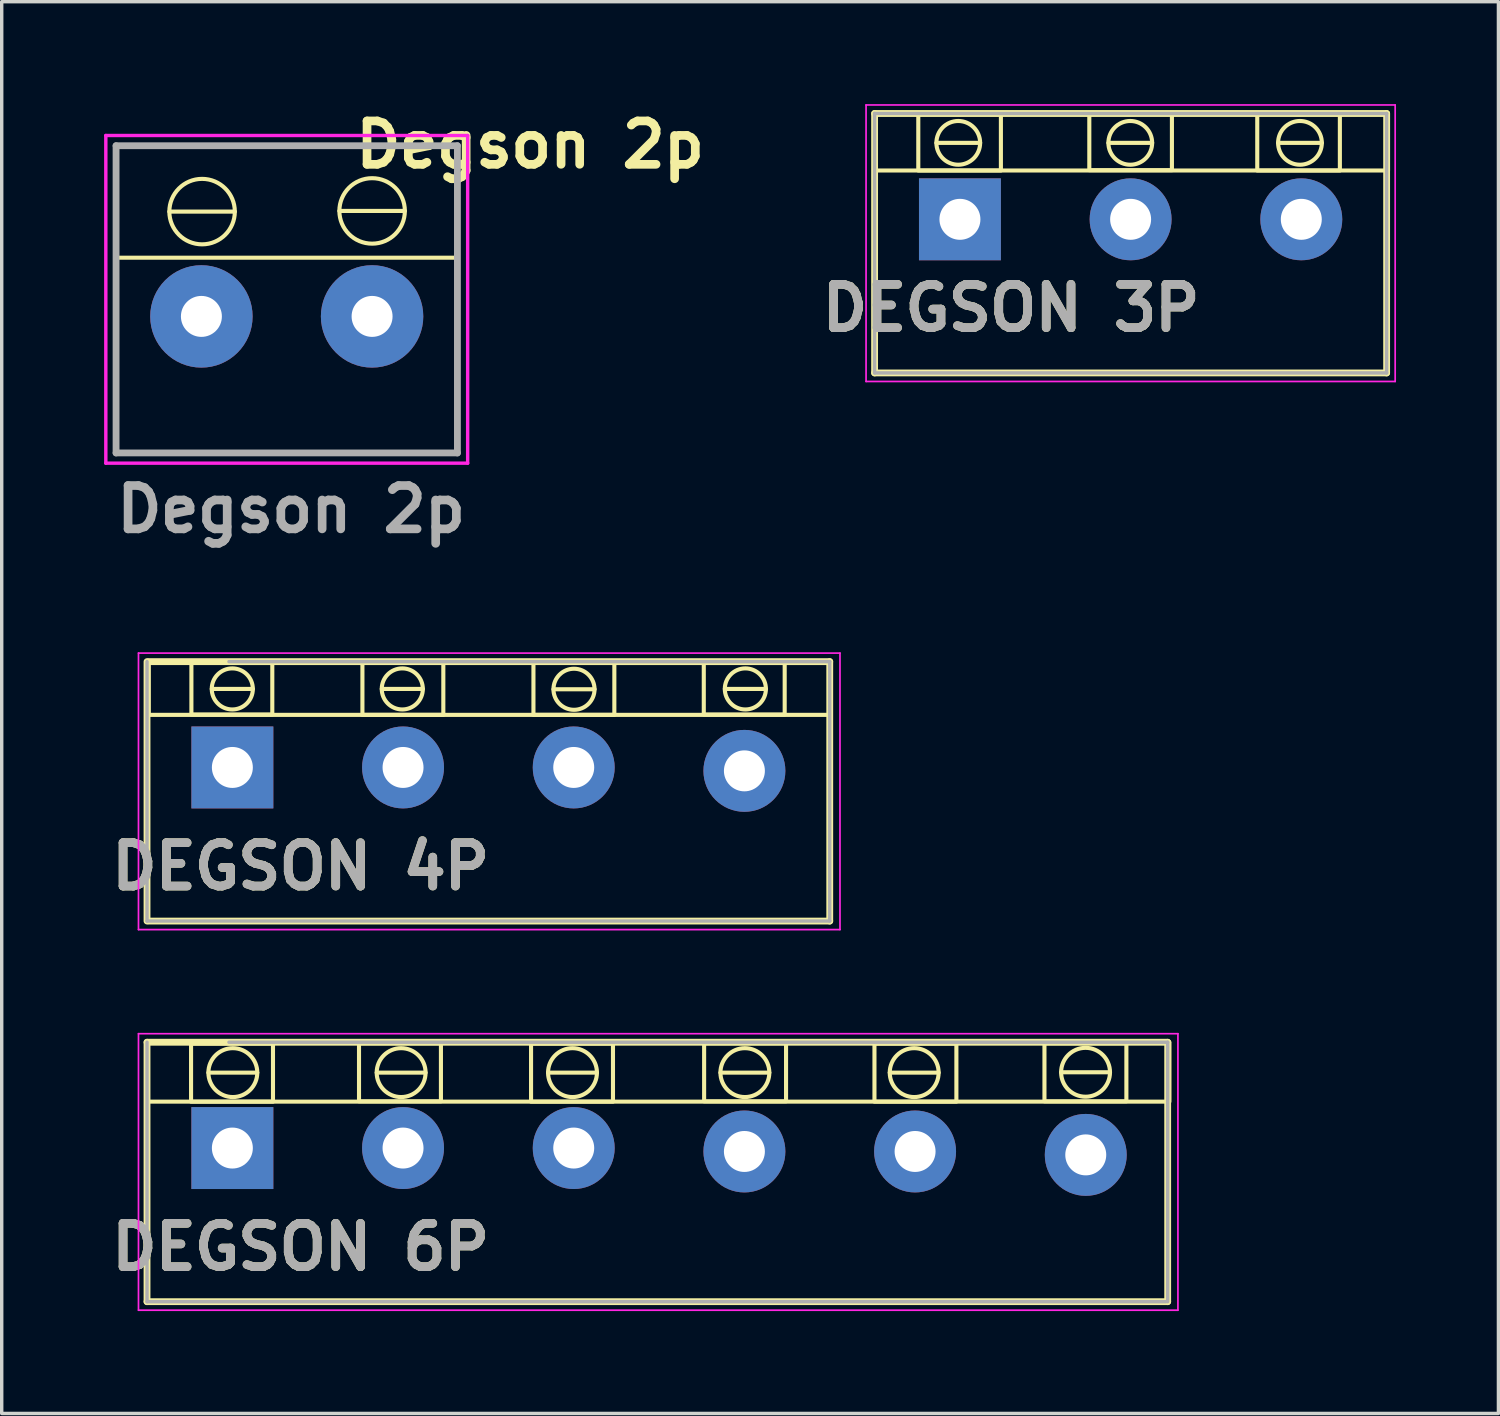
<source format=kicad_pcb>
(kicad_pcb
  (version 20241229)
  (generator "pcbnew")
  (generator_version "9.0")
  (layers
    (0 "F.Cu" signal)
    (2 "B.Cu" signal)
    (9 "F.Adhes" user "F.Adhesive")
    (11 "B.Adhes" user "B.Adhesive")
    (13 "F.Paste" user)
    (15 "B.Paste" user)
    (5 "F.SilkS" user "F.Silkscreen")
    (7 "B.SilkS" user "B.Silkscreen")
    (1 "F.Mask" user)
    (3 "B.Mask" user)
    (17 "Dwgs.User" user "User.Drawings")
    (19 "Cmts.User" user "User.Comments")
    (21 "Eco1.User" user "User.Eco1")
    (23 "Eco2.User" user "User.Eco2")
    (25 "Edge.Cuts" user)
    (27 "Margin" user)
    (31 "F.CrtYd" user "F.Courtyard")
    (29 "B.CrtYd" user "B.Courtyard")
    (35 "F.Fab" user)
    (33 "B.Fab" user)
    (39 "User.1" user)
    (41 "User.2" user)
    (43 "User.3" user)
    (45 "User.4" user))
  (footprint "DEGSON 4P"
    (layer "F.Cu")
    (at 3.757 19.432)
    (property "Reference" "DEGSON 4P" (at 2 2.9 0) (layer "F.SilkS") (effects (font (size 1.27 1.27) (thickness 0.254))))
    (attr through_hole)
    (fp_line (start -2.5 -3.1) (end -2.5 4.5) (stroke (width 0.2) (type solid)) (layer "F.SilkS"))
    (fp_line (start -2.45 4.5) (end 17.5 4.5) (stroke (width 0.2) (type solid)) (layer "F.SilkS"))
    (fp_line (start -0.603 -2.3) (end 0.6 -2.3) (stroke (width 0.12) (type default)) (layer "F.SilkS"))
    (fp_line (start 4.377 -2.3) (end 5.58 -2.3) (stroke (width 0.12) (type default)) (layer "F.SilkS"))
    (fp_line (start 9.407 -2.29) (end 10.61 -2.29) (stroke (width 0.12) (type default)) (layer "F.SilkS"))
    (fp_line (start 14.427 -2.3) (end 15.63 -2.3) (stroke (width 0.12) (type default)) (layer "F.SilkS"))
    (fp_line (start 17.5 -3.1) (end -2.45 -3.1) (stroke (width 0.2) (type solid)) (layer "F.SilkS"))
    (fp_line (start 17.5 4.5) (end 17.5 -3.1) (stroke (width 0.2) (type solid)) (layer "F.SilkS"))
    (fp_rect (start -2.45 -3.1) (end 17.5 -1.54) (stroke (width 0.12) (type solid)) (fill no) (layer "F.SilkS"))
    (fp_rect (start -1.2 -3.09) (end 1.17 -1.55) (stroke (width 0.12) (type solid)) (fill no) (layer "F.SilkS"))
    (fp_rect (start 3.81 -3.08) (end 6.18 -1.54) (stroke (width 0.12) (type solid)) (fill no) (layer "F.SilkS"))
    (fp_rect (start 8.82 -3.08) (end 11.19 -1.54) (stroke (width 0.12) (type solid)) (fill no) (layer "F.SilkS"))
    (fp_rect (start 13.81 -3.09) (end 16.18 -1.55) (stroke (width 0.12) (type solid)) (fill no) (layer "F.SilkS"))
    (fp_circle (center -0.002 -2.3) (end 0.578 -2.14) (stroke (width 0.12) (type default)) (fill no) (layer "F.SilkS"))
    (fp_circle (center 4.978 -2.3) (end 5.558 -2.14) (stroke (width 0.12) (type default)) (fill no) (layer "F.SilkS"))
    (fp_circle (center 10.008 -2.29) (end 10.588 -2.13) (stroke (width 0.12) (type default)) (fill no) (layer "F.SilkS"))
    (fp_circle (center 15.028 -2.3) (end 15.608 -2.14) (stroke (width 0.12) (type default)) (fill no) (layer "F.SilkS"))
    (fp_line (start -2.75 -3.35) (end 17.8 -3.35) (stroke (width 0.05) (type solid)) (layer "F.CrtYd"))
    (fp_line (start -2.75 4.75) (end -2.75 -3.35) (stroke (width 0.05) (type solid)) (layer "F.CrtYd"))
    (fp_line (start 17.8 -3.35) (end 17.8 4.75) (stroke (width 0.05) (type solid)) (layer "F.CrtYd"))
    (fp_line (start 17.8 4.75) (end -2.75 4.75) (stroke (width 0.05) (type solid)) (layer "F.CrtYd"))
    (fp_line (start -2.5 4.5) (end -2.5 -3.1) (stroke (width 0.1) (type solid)) (layer "F.Fab"))
    (fp_line (start -0.1 -3.1) (end 17.5 -3.1) (stroke (width 0.1) (type solid)) (layer "F.Fab"))
    (fp_line (start 17.5 -3.1) (end 17.5 4.5) (stroke (width 0.1) (type solid)) (layer "F.Fab"))
    (fp_line (start 17.5 4.5) (end -2.5 4.5) (stroke (width 0.1) (type solid)) (layer "F.Fab"))
    (fp_text user "${REFERENCE}" (at 2 2.9 0) (layer "F.Fab") (effects (font (size 1.27 1.27) (thickness 0.254))))
    (pad "1" thru_hole rect (at 0 0) (size 2.4 2.4) (drill 1.2) (layers "*.Cu" "*.Mask"))
    (pad "2" thru_hole circle (at 5 0) (size 2.4 2.4) (drill 1.2) (layers "*.Cu" "*.Mask"))
    (pad "3" thru_hole circle (at 10 0) (size 2.4 2.4) (drill 1.2) (layers "*.Cu" "*.Mask"))
    (pad "4" thru_hole circle (at 15 0.1) (size 2.4 2.4) (drill 1.2) (layers "*.Cu" "*.Mask")))
  (footprint "DEGSON 6P"
    (layer "F.Cu")
    (at 3.757 30.582)
    (property "Reference" "DEGSON 6P" (at 2 2.9 0) (layer "F.SilkS") (effects (font (size 1.27 1.27) (thickness 0.254))))
    (attr through_hole)
    (fp_line (start -2.5 -3.1) (end -2.5 4.5) (stroke (width 0.2) (type solid)) (layer "F.SilkS"))
    (fp_line (start -2.5 4.5) (end 27.4 4.5) (stroke (width 0.2) (type solid)) (layer "F.SilkS"))
    (fp_line (start -0.702 -2.21) (end 0.73 -2.21) (stroke (width 0.12) (type default)) (layer "F.SilkS"))
    (fp_line (start 4.228 -2.21) (end 5.66 -2.21) (stroke (width 0.12) (type default)) (layer "F.SilkS"))
    (fp_line (start 9.248 -2.21) (end 10.68 -2.21) (stroke (width 0.12) (type default)) (layer "F.SilkS"))
    (fp_line (start 14.298 -2.21) (end 15.73 -2.21) (stroke (width 0.12) (type default)) (layer "F.SilkS"))
    (fp_line (start 19.258 -2.21) (end 20.69 -2.21) (stroke (width 0.12) (type default)) (layer "F.SilkS"))
    (fp_line (start 24.278 -2.22) (end 25.71 -2.22) (stroke (width 0.12) (type default)) (layer "F.SilkS"))
    (fp_line (start 27.4 -3.1) (end -2.5 -3.1) (stroke (width 0.2) (type solid)) (layer "F.SilkS"))
    (fp_line (start 27.4 4.5) (end 27.4 -3.1) (stroke (width 0.2) (type solid)) (layer "F.SilkS"))
    (fp_rect (start -2.5 -3.1) (end 27.45 -1.36) (stroke (width 0.12) (type default)) (fill no) (layer "F.SilkS"))
    (fp_rect (start -1.21 -3.06) (end 1.19 -1.36) (stroke (width 0.12) (type default)) (fill no) (layer "F.SilkS"))
    (fp_rect (start 3.71 -3.07) (end 6.11 -1.37) (stroke (width 0.12) (type default)) (fill no) (layer "F.SilkS"))
    (fp_rect (start 8.75 -3.06) (end 11.15 -1.36) (stroke (width 0.12) (type default)) (fill no) (layer "F.SilkS"))
    (fp_rect (start 13.82 -3.07) (end 16.22 -1.37) (stroke (width 0.12) (type default)) (fill no) (layer "F.SilkS"))
    (fp_rect (start 18.81 -3.06) (end 21.21 -1.36) (stroke (width 0.12) (type default)) (fill no) (layer "F.SilkS"))
    (fp_rect (start 23.79 -3.07) (end 26.19 -1.37) (stroke (width 0.12) (type default)) (fill no) (layer "F.SilkS"))
    (fp_circle (center 0.014 -2.21) (end 0.594 -1.79) (stroke (width 0.12) (type default)) (fill no) (layer "F.SilkS"))
    (fp_circle (center 4.944 -2.21) (end 5.524 -1.79) (stroke (width 0.12) (type default)) (fill no) (layer "F.SilkS"))
    (fp_circle (center 9.964 -2.21) (end 10.544 -1.79) (stroke (width 0.12) (type default)) (fill no) (layer "F.SilkS"))
    (fp_circle (center 15.014 -2.21) (end 15.594 -1.79) (stroke (width 0.12) (type default)) (fill no) (layer "F.SilkS"))
    (fp_circle (center 19.974 -2.21) (end 20.554 -1.79) (stroke (width 0.12) (type default)) (fill no) (layer "F.SilkS"))
    (fp_circle (center 24.994 -2.22) (end 25.574 -1.8) (stroke (width 0.12) (type default)) (fill no) (layer "F.SilkS"))
    (fp_line (start -2.75 -3.35) (end 27.7 -3.35) (stroke (width 0.05) (type solid)) (layer "F.CrtYd"))
    (fp_line (start -2.75 4.75) (end -2.75 -3.35) (stroke (width 0.05) (type solid)) (layer "F.CrtYd"))
    (fp_line (start 27.7 -3.35) (end 27.7 4.75) (stroke (width 0.05) (type solid)) (layer "F.CrtYd"))
    (fp_line (start 27.7 4.75) (end -2.75 4.75) (stroke (width 0.05) (type solid)) (layer "F.CrtYd"))
    (fp_line (start -2.5 4.5) (end -2.5 -3.1) (stroke (width 0.1) (type solid)) (layer "F.Fab"))
    (fp_line (start -0.1 -3.1) (end 27.4 -3.1) (stroke (width 0.1) (type solid)) (layer "F.Fab"))
    (fp_line (start 27.35 4.5) (end -2.5 4.5) (stroke (width 0.1) (type solid)) (layer "F.Fab"))
    (fp_line (start 27.4 -3.1) (end 27.4 4.5) (stroke (width 0.1) (type solid)) (layer "F.Fab"))
    (fp_text user "${REFERENCE}" (at 2 2.9 0) (layer "F.Fab") (effects (font (size 1.27 1.27) (thickness 0.254))))
    (pad "1" thru_hole rect (at 0 0) (size 2.4 2.4) (drill 1.2) (layers "*.Cu" "*.Mask"))
    (pad "2" thru_hole circle (at 5 0) (size 2.4 2.4) (drill 1.2) (layers "*.Cu" "*.Mask"))
    (pad "3" thru_hole circle (at 10 0) (size 2.4 2.4) (drill 1.2) (layers "*.Cu" "*.Mask"))
    (pad "4" thru_hole circle (at 15 0.1) (size 2.4 2.4) (drill 1.2) (layers "*.Cu" "*.Mask"))
    (pad "5" thru_hole circle (at 20 0.1) (size 2.4 2.4) (drill 1.2) (layers "*.Cu" "*.Mask"))
    (pad "6" thru_hole circle (at 25 0.2) (size 2.4 2.4) (drill 1.2) (layers "*.Cu" "*.Mask")))
  (footprint "DEGSON 3P"
    (layer "F.Cu")
    (at 25.071 3.375)
    (property "Reference" "DEGSON 3P" (at 1.5 2.6 0) (layer "F.SilkS") (effects (font (size 1.27 1.27) (thickness 0.254))))
    (attr through_hole)
    (fp_line (start -2.5 -3.1) (end -2.5 4.5) (stroke (width 0.2) (type solid)) (layer "F.SilkS"))
    (fp_line (start -2.5 4.5) (end 12.5 4.5) (stroke (width 0.2) (type solid)) (layer "F.SilkS"))
    (fp_line (start -0.69 -2.24) (end 0.592 -2.24) (stroke (width 0.12) (type default)) (layer "F.SilkS"))
    (fp_line (start 4.349 -2.24) (end 5.631 -2.24) (stroke (width 0.12) (type default)) (layer "F.SilkS"))
    (fp_line (start 9.32 -2.24) (end 10.602 -2.24) (stroke (width 0.12) (type default)) (layer "F.SilkS"))
    (fp_line (start 12.5 -3.1) (end -2.5 -3.1) (stroke (width 0.2) (type solid)) (layer "F.SilkS"))
    (fp_line (start 12.5 4.5) (end 12.5 -3.1) (stroke (width 0.2) (type solid)) (layer "F.SilkS"))
    (fp_rect (start -2.5 -3.1) (end 12.54 -1.43) (stroke (width 0.12) (type default)) (fill no) (layer "F.SilkS"))
    (fp_rect (start -1.22 -3.08) (end 1.2 -1.43) (stroke (width 0.12) (type default)) (fill no) (layer "F.SilkS"))
    (fp_rect (start 3.79 -3.09) (end 6.21 -1.44) (stroke (width 0.12) (type default)) (fill no) (layer "F.SilkS"))
    (fp_rect (start 8.71 -3.08) (end 11.13 -1.43) (stroke (width 0.12) (type default)) (fill no) (layer "F.SilkS"))
    (fp_circle (center -0.049 -2.24) (end 0.541 -1.99) (stroke (width 0.12) (type default)) (fill no) (layer "F.SilkS"))
    (fp_circle (center 4.99 -2.24) (end 5.58 -1.99) (stroke (width 0.12) (type default)) (fill no) (layer "F.SilkS"))
    (fp_circle (center 9.961 -2.24) (end 10.551 -1.99) (stroke (width 0.12) (type default)) (fill no) (layer "F.SilkS"))
    (fp_line (start -2.75 -3.35) (end 12.75 -3.35) (stroke (width 0.05) (type solid)) (layer "F.CrtYd"))
    (fp_line (start -2.75 4.75) (end -2.75 -3.35) (stroke (width 0.05) (type solid)) (layer "F.CrtYd"))
    (fp_line (start 12.75 -3.35) (end 12.75 4.75) (stroke (width 0.05) (type solid)) (layer "F.CrtYd"))
    (fp_line (start 12.75 4.75) (end -2.75 4.75) (stroke (width 0.05) (type solid)) (layer "F.CrtYd"))
    (fp_line (start -2.5 -3.1) (end 12.5 -3.1) (stroke (width 0.1) (type solid)) (layer "F.Fab"))
    (fp_line (start -2.5 4.5) (end -2.5 -3.1) (stroke (width 0.1) (type solid)) (layer "F.Fab"))
    (fp_line (start 12.5 -3.1) (end 12.5 4.5) (stroke (width 0.1) (type solid)) (layer "F.Fab"))
    (fp_line (start 12.5 4.5) (end -2.5 4.5) (stroke (width 0.1) (type solid)) (layer "F.Fab"))
    (fp_text user "${REFERENCE}" (at 1.5 2.6 0) (layer "F.Fab") (effects (font (size 1.27 1.27) (thickness 0.254))))
    (pad "1" thru_hole rect (at 0 0) (size 2.4 2.4) (drill 1.2) (layers "*.Cu" "*.Mask"))
    (pad "2" thru_hole circle (at 5 0) (size 2.4 2.4) (drill 1.2) (layers "*.Cu" "*.Mask"))
    (pad "3" thru_hole circle (at 10 0) (size 2.4 2.4) (drill 1.2) (layers "*.Cu" "*.Mask")))
  (footprint "Degson 2p"
    (layer "F.Cu")
    (at 2.85 6.219)
    (property "Reference" "Degson 2p" (at 9.63 -5.03 0) (layer "F.SilkS") (effects (font (size 1.27 1.27) (thickness 0.254))))
    (attr through_hole)
    (fp_line (start -2.5 -5) (end 7.5 -5) (stroke (width 0.1) (type solid)) (layer "F.SilkS"))
    (fp_line (start -2.5 4) (end -2.5 -5) (stroke (width 0.1) (type solid)) (layer "F.SilkS"))
    (fp_line (start -0.939 -3.07) (end 0.979 -3.07) (stroke (width 0.12) (type default)) (layer "F.SilkS"))
    (fp_line (start 4.042 -3.09) (end 5.96 -3.09) (stroke (width 0.12) (type default)) (layer "F.SilkS"))
    (fp_line (start 7.5 -5) (end 7.5 4) (stroke (width 0.1) (type solid)) (layer "F.SilkS"))
    (fp_line (start 7.5 4) (end -2.5 4) (stroke (width 0.1) (type solid)) (layer "F.SilkS"))
    (fp_rect (start -2.5 -5) (end 7.49 -1.72) (stroke (width 0.12) (type default)) (fill no) (layer "F.SilkS"))
    (fp_circle (center 0.02 -3.07) (end -0.59 -3.81) (stroke (width 0.12) (type default)) (fill no) (layer "F.SilkS"))
    (fp_circle (center 5.001 -3.09) (end 4.391 -3.83) (stroke (width 0.12) (type default)) (fill no) (layer "F.SilkS"))
    (fp_line (start -2.8 -5.3) (end 7.8 -5.3) (stroke (width 0.1) (type solid)) (layer "F.CrtYd"))
    (fp_line (start -2.8 4.3) (end -2.8 -5.3) (stroke (width 0.1) (type solid)) (layer "F.CrtYd"))
    (fp_line (start 7.8 -5.3) (end 7.8 4.3) (stroke (width 0.1) (type solid)) (layer "F.CrtYd"))
    (fp_line (start 7.8 4.3) (end -2.8 4.3) (stroke (width 0.1) (type solid)) (layer "F.CrtYd"))
    (fp_line (start -2.5 -5) (end -2.5 4) (stroke (width 0.2) (type solid)) (layer "F.Fab"))
    (fp_line (start -2.5 4) (end 7.5 4) (stroke (width 0.2) (type solid)) (layer "F.Fab"))
    (fp_line (start 7.5 -5) (end -2.5 -5) (stroke (width 0.2) (type solid)) (layer "F.Fab"))
    (fp_line (start 7.5 4) (end 7.5 -5) (stroke (width 0.2) (type solid)) (layer "F.Fab"))
    (fp_text user "${REFERENCE}" (at 2.63 5.65 0) (layer "F.Fab") (effects (font (size 1.27 1.27) (thickness 0.254))))
    (pad "1" thru_hole circle (at 0 0) (size 3 3) (drill 1.2) (layers "*.Cu" "*.Mask"))
    (pad "2" thru_hole circle (at 5 0) (size 3 3) (drill 1.2) (layers "*.Cu" "*.Mask")))
  (gr_rect
    (start -3 -3)
    (end 40.846 38.357)
    (stroke (width 0.1) (type default))
    (fill no)
    (layer "Edge.Cuts")))
</source>
